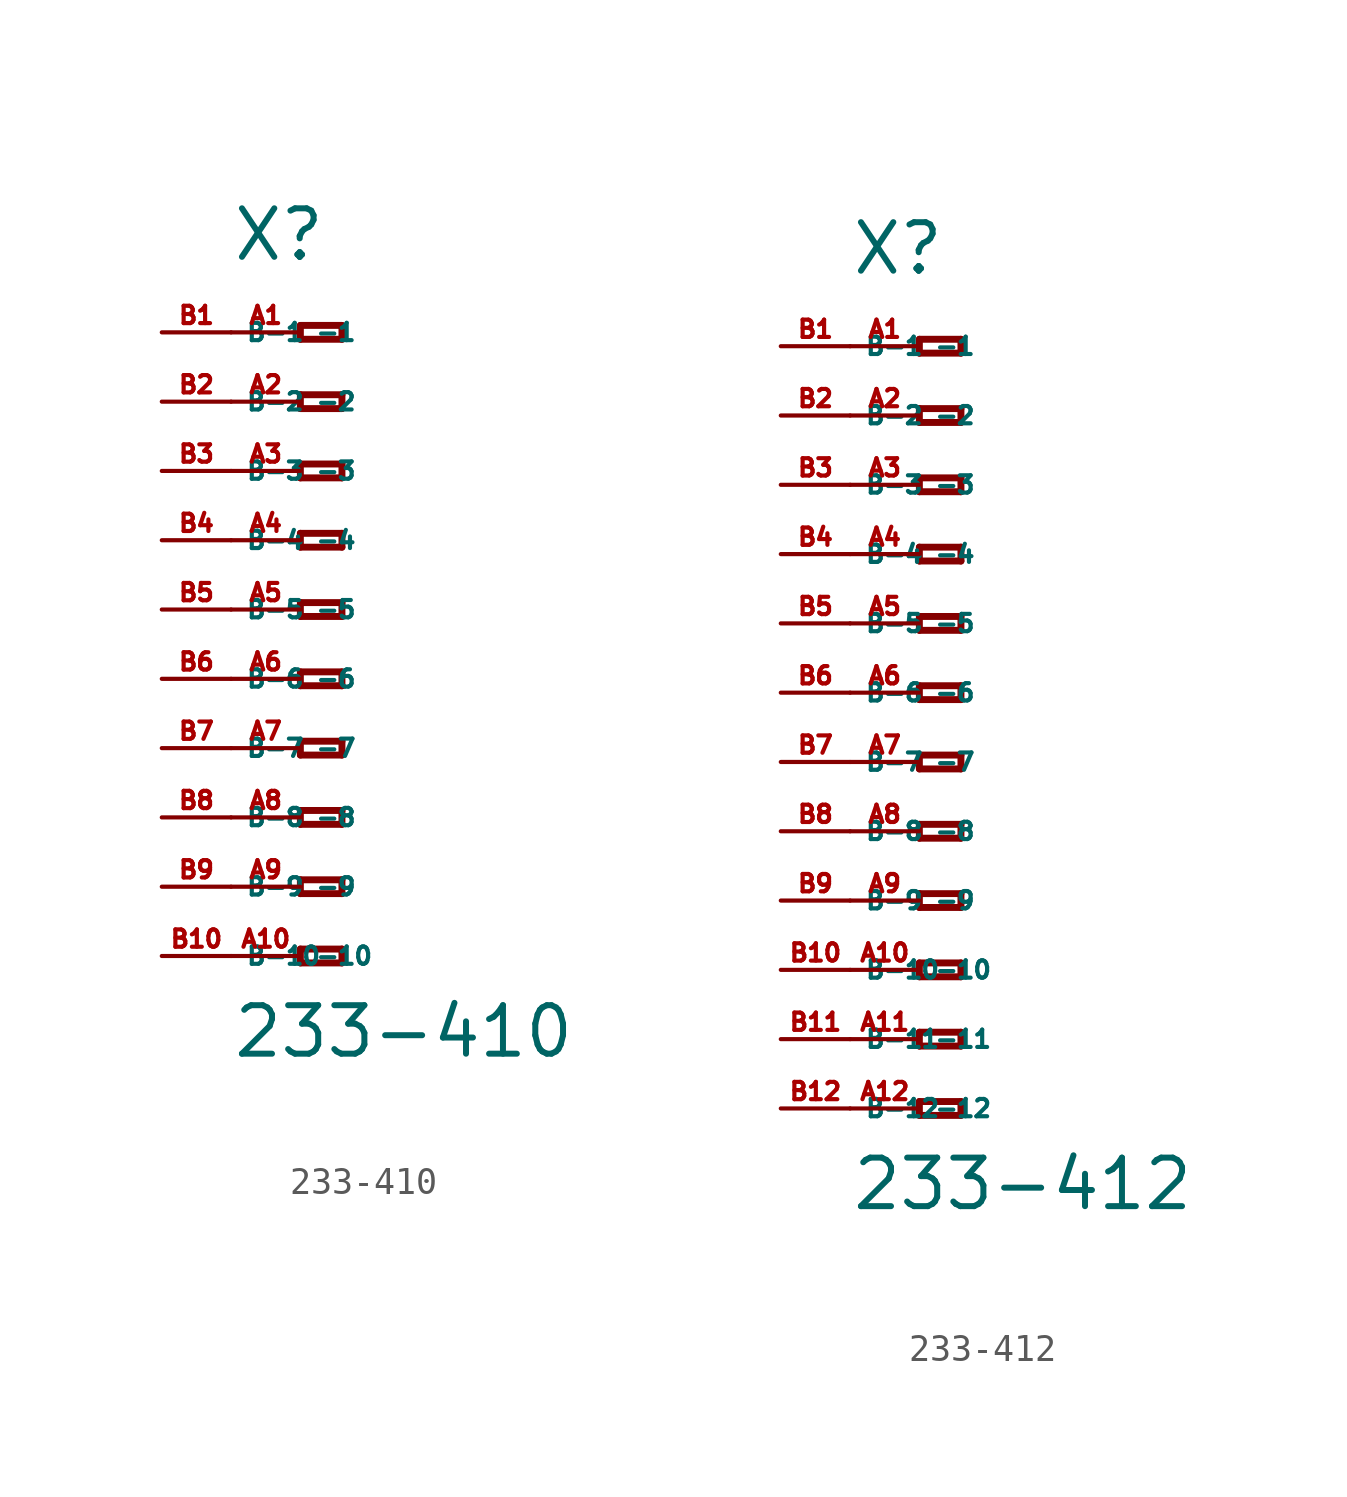
<source format=kicad_sym>
(kicad_symbol_lib
  (version 20220914)
  (generator Eagle2Kicad)
  (symbol "233-410"
    (property "Reference" "X"
      (at -5.08 12.7 0)
      (effects (font (size 1.778 1.778) (thickness 0.22)) (justify left bottom)))
    (property "Value" "233-410"
      (at -5.08 -16.51 0)
      (effects (font (size 1.778 1.778) (thickness 0.22)) (justify left bottom)))
    (polyline
      (pts (xy -2.54 10.414) (xy -2.54 9.906))
      (stroke (width 0.254) (type default))
      (fill (type none)))
    (polyline
      (pts (xy -2.54 9.906) (xy -1.016 9.906))
      (stroke (width 0.254) (type default))
      (fill (type none)))
    (polyline
      (pts (xy -1.016 9.906) (xy -1.016 10.414))
      (stroke (width 0.254) (type default))
      (fill (type none)))
    (polyline
      (pts (xy -1.016 10.414) (xy -2.54 10.414))
      (stroke (width 0.254) (type default))
      (fill (type none)))
    (polyline
      (pts (xy -2.54 7.874) (xy -2.54 7.366))
      (stroke (width 0.254) (type default))
      (fill (type none)))
    (polyline
      (pts (xy -2.54 7.366) (xy -1.016 7.366))
      (stroke (width 0.254) (type default))
      (fill (type none)))
    (polyline
      (pts (xy -1.016 7.366) (xy -1.016 7.874))
      (stroke (width 0.254) (type default))
      (fill (type none)))
    (polyline
      (pts (xy -1.016 7.874) (xy -2.54 7.874))
      (stroke (width 0.254) (type default))
      (fill (type none)))
    (polyline
      (pts (xy -2.54 5.334) (xy -2.54 4.826))
      (stroke (width 0.254) (type default))
      (fill (type none)))
    (polyline
      (pts (xy -2.54 4.826) (xy -1.016 4.826))
      (stroke (width 0.254) (type default))
      (fill (type none)))
    (polyline
      (pts (xy -1.016 4.826) (xy -1.016 5.334))
      (stroke (width 0.254) (type default))
      (fill (type none)))
    (polyline
      (pts (xy -1.016 5.334) (xy -2.54 5.334))
      (stroke (width 0.254) (type default))
      (fill (type none)))
    (polyline
      (pts (xy -2.54 2.794) (xy -2.54 2.286))
      (stroke (width 0.254) (type default))
      (fill (type none)))
    (polyline
      (pts (xy -2.54 2.286) (xy -1.016 2.286))
      (stroke (width 0.254) (type default))
      (fill (type none)))
    (polyline
      (pts (xy -1.016 2.286) (xy -1.016 2.794))
      (stroke (width 0.254) (type default))
      (fill (type none)))
    (polyline
      (pts (xy -1.016 2.794) (xy -2.54 2.794))
      (stroke (width 0.254) (type default))
      (fill (type none)))
    (polyline
      (pts (xy -2.54 0.254) (xy -2.54 -0.254))
      (stroke (width 0.254) (type default))
      (fill (type none)))
    (polyline
      (pts (xy -2.54 -0.254) (xy -1.016 -0.254))
      (stroke (width 0.254) (type default))
      (fill (type none)))
    (polyline
      (pts (xy -1.016 -0.254) (xy -1.016 0.254))
      (stroke (width 0.254) (type default))
      (fill (type none)))
    (polyline
      (pts (xy -1.016 0.254) (xy -2.54 0.254))
      (stroke (width 0.254) (type default))
      (fill (type none)))
    (polyline
      (pts (xy -2.54 -2.286) (xy -2.54 -2.794))
      (stroke (width 0.254) (type default))
      (fill (type none)))
    (polyline
      (pts (xy -2.54 -2.794) (xy -1.016 -2.794))
      (stroke (width 0.254) (type default))
      (fill (type none)))
    (polyline
      (pts (xy -1.016 -2.794) (xy -1.016 -2.286))
      (stroke (width 0.254) (type default))
      (fill (type none)))
    (polyline
      (pts (xy -1.016 -2.286) (xy -2.54 -2.286))
      (stroke (width 0.254) (type default))
      (fill (type none)))
    (polyline
      (pts (xy -2.54 -4.826) (xy -2.54 -5.334))
      (stroke (width 0.254) (type default))
      (fill (type none)))
    (polyline
      (pts (xy -2.54 -5.334) (xy -1.016 -5.334))
      (stroke (width 0.254) (type default))
      (fill (type none)))
    (polyline
      (pts (xy -1.016 -5.334) (xy -1.016 -4.826))
      (stroke (width 0.254) (type default))
      (fill (type none)))
    (polyline
      (pts (xy -1.016 -4.826) (xy -2.54 -4.826))
      (stroke (width 0.254) (type default))
      (fill (type none)))
    (polyline
      (pts (xy -2.54 -7.366) (xy -2.54 -7.874))
      (stroke (width 0.254) (type default))
      (fill (type none)))
    (polyline
      (pts (xy -2.54 -7.874) (xy -1.016 -7.874))
      (stroke (width 0.254) (type default))
      (fill (type none)))
    (polyline
      (pts (xy -1.016 -7.874) (xy -1.016 -7.366))
      (stroke (width 0.254) (type default))
      (fill (type none)))
    (polyline
      (pts (xy -1.016 -7.366) (xy -2.54 -7.366))
      (stroke (width 0.254) (type default))
      (fill (type none)))
    (polyline
      (pts (xy -2.54 -9.906) (xy -2.54 -10.414))
      (stroke (width 0.254) (type default))
      (fill (type none)))
    (polyline
      (pts (xy -2.54 -10.414) (xy -1.016 -10.414))
      (stroke (width 0.254) (type default))
      (fill (type none)))
    (polyline
      (pts (xy -1.016 -10.414) (xy -1.016 -9.906))
      (stroke (width 0.254) (type default))
      (fill (type none)))
    (polyline
      (pts (xy -1.016 -9.906) (xy -2.54 -9.906))
      (stroke (width 0.254) (type default))
      (fill (type none)))
    (polyline
      (pts (xy -2.54 -12.446) (xy -2.54 -12.954))
      (stroke (width 0.254) (type default))
      (fill (type none)))
    (polyline
      (pts (xy -2.54 -12.954) (xy -1.016 -12.954))
      (stroke (width 0.254) (type default))
      (fill (type none)))
    (polyline
      (pts (xy -1.016 -12.954) (xy -1.016 -12.446))
      (stroke (width 0.254) (type default))
      (fill (type none)))
    (polyline
      (pts (xy -1.016 -12.446) (xy -2.54 -12.446))
      (stroke (width 0.254) (type default))
      (fill (type none)))
    (pin passive line
      (at -5.08 10.16 0)
      (length 2.54)
      (name "-1" (effects (font (size 0.635 0.635) (thickness 0.08)) (justify left bottom)))
      (number "A1" (effects (font (size 0.635 0.635) (thickness 0.08)) (justify left bottom))))
    (pin passive line
      (at -5.08 7.62 0)
      (length 2.54)
      (name "-2" (effects (font (size 0.635 0.635) (thickness 0.08)) (justify left bottom)))
      (number "A2" (effects (font (size 0.635 0.635) (thickness 0.08)) (justify left bottom))))
    (pin passive line
      (at -5.08 5.08 0)
      (length 2.54)
      (name "-3" (effects (font (size 0.635 0.635) (thickness 0.08)) (justify left bottom)))
      (number "A3" (effects (font (size 0.635 0.635) (thickness 0.08)) (justify left bottom))))
    (pin passive line
      (at -5.08 2.54 0)
      (length 2.54)
      (name "-4" (effects (font (size 0.635 0.635) (thickness 0.08)) (justify left bottom)))
      (number "A4" (effects (font (size 0.635 0.635) (thickness 0.08)) (justify left bottom))))
    (pin passive line
      (at -5.08 0 0)
      (length 2.54)
      (name "-5" (effects (font (size 0.635 0.635) (thickness 0.08)) (justify left bottom)))
      (number "A5" (effects (font (size 0.635 0.635) (thickness 0.08)) (justify left bottom))))
    (pin passive line
      (at -5.08 -2.54 0)
      (length 2.54)
      (name "-6" (effects (font (size 0.635 0.635) (thickness 0.08)) (justify left bottom)))
      (number "A6" (effects (font (size 0.635 0.635) (thickness 0.08)) (justify left bottom))))
    (pin passive line
      (at -5.08 -5.08 0)
      (length 2.54)
      (name "-7" (effects (font (size 0.635 0.635) (thickness 0.08)) (justify left bottom)))
      (number "A7" (effects (font (size 0.635 0.635) (thickness 0.08)) (justify left bottom))))
    (pin passive line
      (at -5.08 -7.62 0)
      (length 2.54)
      (name "-8" (effects (font (size 0.635 0.635) (thickness 0.08)) (justify left bottom)))
      (number "A8" (effects (font (size 0.635 0.635) (thickness 0.08)) (justify left bottom))))
    (pin passive line
      (at -5.08 -10.16 0)
      (length 2.54)
      (name "-9" (effects (font (size 0.635 0.635) (thickness 0.08)) (justify left bottom)))
      (number "A9" (effects (font (size 0.635 0.635) (thickness 0.08)) (justify left bottom))))
    (pin passive line
      (at -5.08 -12.7 0)
      (length 2.54)
      (name "-10" (effects (font (size 0.635 0.635) (thickness 0.08)) (justify left bottom)))
      (number "A10" (effects (font (size 0.635 0.635) (thickness 0.08)) (justify left bottom))))
    (pin passive line
      (at -7.62 -12.7 0)
      (length 2.54)
      (name "B-10" (effects (font (size 0.635 0.635) (thickness 0.08)) (justify left bottom)))
      (number "B10" (effects (font (size 0.635 0.635) (thickness 0.08)) (justify left bottom))))
    (pin passive line
      (at -7.62 10.16 0)
      (length 2.54)
      (name "B-1" (effects (font (size 0.635 0.635) (thickness 0.08)) (justify left bottom)))
      (number "B1" (effects (font (size 0.635 0.635) (thickness 0.08)) (justify left bottom))))
    (pin passive line
      (at -7.62 7.62 0)
      (length 2.54)
      (name "B-2" (effects (font (size 0.635 0.635) (thickness 0.08)) (justify left bottom)))
      (number "B2" (effects (font (size 0.635 0.635) (thickness 0.08)) (justify left bottom))))
    (pin passive line
      (at -7.62 5.08 0)
      (length 2.54)
      (name "B-3" (effects (font (size 0.635 0.635) (thickness 0.08)) (justify left bottom)))
      (number "B3" (effects (font (size 0.635 0.635) (thickness 0.08)) (justify left bottom))))
    (pin passive line
      (at -7.62 2.54 0)
      (length 2.54)
      (name "B-4" (effects (font (size 0.635 0.635) (thickness 0.08)) (justify left bottom)))
      (number "B4" (effects (font (size 0.635 0.635) (thickness 0.08)) (justify left bottom))))
    (pin passive line
      (at -7.62 0 0)
      (length 2.54)
      (name "B-5" (effects (font (size 0.635 0.635) (thickness 0.08)) (justify left bottom)))
      (number "B5" (effects (font (size 0.635 0.635) (thickness 0.08)) (justify left bottom))))
    (pin passive line
      (at -7.62 -2.54 0)
      (length 2.54)
      (name "B-6" (effects (font (size 0.635 0.635) (thickness 0.08)) (justify left bottom)))
      (number "B6" (effects (font (size 0.635 0.635) (thickness 0.08)) (justify left bottom))))
    (pin passive line
      (at -7.62 -5.08 0)
      (length 2.54)
      (name "B-7" (effects (font (size 0.635 0.635) (thickness 0.08)) (justify left bottom)))
      (number "B7" (effects (font (size 0.635 0.635) (thickness 0.08)) (justify left bottom))))
    (pin passive line
      (at -7.62 -7.62 0)
      (length 2.54)
      (name "B-8" (effects (font (size 0.635 0.635) (thickness 0.08)) (justify left bottom)))
      (number "B8" (effects (font (size 0.635 0.635) (thickness 0.08)) (justify left bottom))))
    (pin passive line
      (at -7.62 -10.16 0)
      (length 2.54)
      (name "B-9" (effects (font (size 0.635 0.635) (thickness 0.08)) (justify left bottom)))
      (number "B9" (effects (font (size 0.635 0.635) (thickness 0.08)) (justify left bottom)))))
  (symbol "233-412"
    (property "Reference" "X"
      (at -5.08 15.24 0)
      (effects (font (size 1.778 1.778) (thickness 0.22)) (justify left bottom)))
    (property "Value" "233-412"
      (at -5.08 -19.05 0)
      (effects (font (size 1.778 1.778) (thickness 0.22)) (justify left bottom)))
    (polyline
      (pts (xy -2.54 12.954) (xy -2.54 12.446))
      (stroke (width 0.254) (type default))
      (fill (type none)))
    (polyline
      (pts (xy -2.54 12.446) (xy -1.016 12.446))
      (stroke (width 0.254) (type default))
      (fill (type none)))
    (polyline
      (pts (xy -1.016 12.446) (xy -1.016 12.954))
      (stroke (width 0.254) (type default))
      (fill (type none)))
    (polyline
      (pts (xy -1.016 12.954) (xy -2.54 12.954))
      (stroke (width 0.254) (type default))
      (fill (type none)))
    (polyline
      (pts (xy -2.54 10.414) (xy -2.54 9.906))
      (stroke (width 0.254) (type default))
      (fill (type none)))
    (polyline
      (pts (xy -2.54 9.906) (xy -1.016 9.906))
      (stroke (width 0.254) (type default))
      (fill (type none)))
    (polyline
      (pts (xy -1.016 9.906) (xy -1.016 10.414))
      (stroke (width 0.254) (type default))
      (fill (type none)))
    (polyline
      (pts (xy -1.016 10.414) (xy -2.54 10.414))
      (stroke (width 0.254) (type default))
      (fill (type none)))
    (polyline
      (pts (xy -2.54 7.874) (xy -2.54 7.366))
      (stroke (width 0.254) (type default))
      (fill (type none)))
    (polyline
      (pts (xy -2.54 7.366) (xy -1.016 7.366))
      (stroke (width 0.254) (type default))
      (fill (type none)))
    (polyline
      (pts (xy -1.016 7.366) (xy -1.016 7.874))
      (stroke (width 0.254) (type default))
      (fill (type none)))
    (polyline
      (pts (xy -1.016 7.874) (xy -2.54 7.874))
      (stroke (width 0.254) (type default))
      (fill (type none)))
    (polyline
      (pts (xy -2.54 5.334) (xy -2.54 4.826))
      (stroke (width 0.254) (type default))
      (fill (type none)))
    (polyline
      (pts (xy -2.54 4.826) (xy -1.016 4.826))
      (stroke (width 0.254) (type default))
      (fill (type none)))
    (polyline
      (pts (xy -1.016 4.826) (xy -1.016 5.334))
      (stroke (width 0.254) (type default))
      (fill (type none)))
    (polyline
      (pts (xy -1.016 5.334) (xy -2.54 5.334))
      (stroke (width 0.254) (type default))
      (fill (type none)))
    (polyline
      (pts (xy -2.54 2.794) (xy -2.54 2.286))
      (stroke (width 0.254) (type default))
      (fill (type none)))
    (polyline
      (pts (xy -2.54 2.286) (xy -1.016 2.286))
      (stroke (width 0.254) (type default))
      (fill (type none)))
    (polyline
      (pts (xy -1.016 2.286) (xy -1.016 2.794))
      (stroke (width 0.254) (type default))
      (fill (type none)))
    (polyline
      (pts (xy -1.016 2.794) (xy -2.54 2.794))
      (stroke (width 0.254) (type default))
      (fill (type none)))
    (polyline
      (pts (xy -2.54 0.254) (xy -2.54 -0.254))
      (stroke (width 0.254) (type default))
      (fill (type none)))
    (polyline
      (pts (xy -2.54 -0.254) (xy -1.016 -0.254))
      (stroke (width 0.254) (type default))
      (fill (type none)))
    (polyline
      (pts (xy -1.016 -0.254) (xy -1.016 0.254))
      (stroke (width 0.254) (type default))
      (fill (type none)))
    (polyline
      (pts (xy -1.016 0.254) (xy -2.54 0.254))
      (stroke (width 0.254) (type default))
      (fill (type none)))
    (polyline
      (pts (xy -2.54 -2.286) (xy -2.54 -2.794))
      (stroke (width 0.254) (type default))
      (fill (type none)))
    (polyline
      (pts (xy -2.54 -2.794) (xy -1.016 -2.794))
      (stroke (width 0.254) (type default))
      (fill (type none)))
    (polyline
      (pts (xy -1.016 -2.794) (xy -1.016 -2.286))
      (stroke (width 0.254) (type default))
      (fill (type none)))
    (polyline
      (pts (xy -1.016 -2.286) (xy -2.54 -2.286))
      (stroke (width 0.254) (type default))
      (fill (type none)))
    (polyline
      (pts (xy -2.54 -4.826) (xy -2.54 -5.334))
      (stroke (width 0.254) (type default))
      (fill (type none)))
    (polyline
      (pts (xy -2.54 -5.334) (xy -1.016 -5.334))
      (stroke (width 0.254) (type default))
      (fill (type none)))
    (polyline
      (pts (xy -1.016 -5.334) (xy -1.016 -4.826))
      (stroke (width 0.254) (type default))
      (fill (type none)))
    (polyline
      (pts (xy -1.016 -4.826) (xy -2.54 -4.826))
      (stroke (width 0.254) (type default))
      (fill (type none)))
    (polyline
      (pts (xy -2.54 -7.366) (xy -2.54 -7.874))
      (stroke (width 0.254) (type default))
      (fill (type none)))
    (polyline
      (pts (xy -2.54 -7.874) (xy -1.016 -7.874))
      (stroke (width 0.254) (type default))
      (fill (type none)))
    (polyline
      (pts (xy -1.016 -7.874) (xy -1.016 -7.366))
      (stroke (width 0.254) (type default))
      (fill (type none)))
    (polyline
      (pts (xy -1.016 -7.366) (xy -2.54 -7.366))
      (stroke (width 0.254) (type default))
      (fill (type none)))
    (polyline
      (pts (xy -2.54 -9.906) (xy -2.54 -10.414))
      (stroke (width 0.254) (type default))
      (fill (type none)))
    (polyline
      (pts (xy -2.54 -10.414) (xy -1.016 -10.414))
      (stroke (width 0.254) (type default))
      (fill (type none)))
    (polyline
      (pts (xy -1.016 -10.414) (xy -1.016 -9.906))
      (stroke (width 0.254) (type default))
      (fill (type none)))
    (polyline
      (pts (xy -1.016 -9.906) (xy -2.54 -9.906))
      (stroke (width 0.254) (type default))
      (fill (type none)))
    (polyline
      (pts (xy -2.54 -12.446) (xy -2.54 -12.954))
      (stroke (width 0.254) (type default))
      (fill (type none)))
    (polyline
      (pts (xy -2.54 -12.954) (xy -1.016 -12.954))
      (stroke (width 0.254) (type default))
      (fill (type none)))
    (polyline
      (pts (xy -1.016 -12.954) (xy -1.016 -12.446))
      (stroke (width 0.254) (type default))
      (fill (type none)))
    (polyline
      (pts (xy -1.016 -12.446) (xy -2.54 -12.446))
      (stroke (width 0.254) (type default))
      (fill (type none)))
    (polyline
      (pts (xy -2.54 -14.986) (xy -2.54 -15.494))
      (stroke (width 0.254) (type default))
      (fill (type none)))
    (polyline
      (pts (xy -2.54 -15.494) (xy -1.016 -15.494))
      (stroke (width 0.254) (type default))
      (fill (type none)))
    (polyline
      (pts (xy -1.016 -15.494) (xy -1.016 -14.986))
      (stroke (width 0.254) (type default))
      (fill (type none)))
    (polyline
      (pts (xy -1.016 -14.986) (xy -2.54 -14.986))
      (stroke (width 0.254) (type default))
      (fill (type none)))
    (pin passive line
      (at -5.08 12.7 0)
      (length 2.54)
      (name "-1" (effects (font (size 0.635 0.635) (thickness 0.08)) (justify left bottom)))
      (number "A1" (effects (font (size 0.635 0.635) (thickness 0.08)) (justify left bottom))))
    (pin passive line
      (at -5.08 10.16 0)
      (length 2.54)
      (name "-2" (effects (font (size 0.635 0.635) (thickness 0.08)) (justify left bottom)))
      (number "A2" (effects (font (size 0.635 0.635) (thickness 0.08)) (justify left bottom))))
    (pin passive line
      (at -5.08 7.62 0)
      (length 2.54)
      (name "-3" (effects (font (size 0.635 0.635) (thickness 0.08)) (justify left bottom)))
      (number "A3" (effects (font (size 0.635 0.635) (thickness 0.08)) (justify left bottom))))
    (pin passive line
      (at -5.08 5.08 0)
      (length 2.54)
      (name "-4" (effects (font (size 0.635 0.635) (thickness 0.08)) (justify left bottom)))
      (number "A4" (effects (font (size 0.635 0.635) (thickness 0.08)) (justify left bottom))))
    (pin passive line
      (at -5.08 2.54 0)
      (length 2.54)
      (name "-5" (effects (font (size 0.635 0.635) (thickness 0.08)) (justify left bottom)))
      (number "A5" (effects (font (size 0.635 0.635) (thickness 0.08)) (justify left bottom))))
    (pin passive line
      (at -5.08 0 0)
      (length 2.54)
      (name "-6" (effects (font (size 0.635 0.635) (thickness 0.08)) (justify left bottom)))
      (number "A6" (effects (font (size 0.635 0.635) (thickness 0.08)) (justify left bottom))))
    (pin passive line
      (at -5.08 -2.54 0)
      (length 2.54)
      (name "-7" (effects (font (size 0.635 0.635) (thickness 0.08)) (justify left bottom)))
      (number "A7" (effects (font (size 0.635 0.635) (thickness 0.08)) (justify left bottom))))
    (pin passive line
      (at -5.08 -5.08 0)
      (length 2.54)
      (name "-8" (effects (font (size 0.635 0.635) (thickness 0.08)) (justify left bottom)))
      (number "A8" (effects (font (size 0.635 0.635) (thickness 0.08)) (justify left bottom))))
    (pin passive line
      (at -5.08 -7.62 0)
      (length 2.54)
      (name "-9" (effects (font (size 0.635 0.635) (thickness 0.08)) (justify left bottom)))
      (number "A9" (effects (font (size 0.635 0.635) (thickness 0.08)) (justify left bottom))))
    (pin passive line
      (at -5.08 -10.16 0)
      (length 2.54)
      (name "-10" (effects (font (size 0.635 0.635) (thickness 0.08)) (justify left bottom)))
      (number "A10" (effects (font (size 0.635 0.635) (thickness 0.08)) (justify left bottom))))
    (pin passive line
      (at -5.08 -12.7 0)
      (length 2.54)
      (name "-11" (effects (font (size 0.635 0.635) (thickness 0.08)) (justify left bottom)))
      (number "A11" (effects (font (size 0.635 0.635) (thickness 0.08)) (justify left bottom))))
    (pin passive line
      (at -5.08 -15.24 0)
      (length 2.54)
      (name "-12" (effects (font (size 0.635 0.635) (thickness 0.08)) (justify left bottom)))
      (number "A12" (effects (font (size 0.635 0.635) (thickness 0.08)) (justify left bottom))))
    (pin passive line
      (at -7.62 -15.24 0)
      (length 2.54)
      (name "B-12" (effects (font (size 0.635 0.635) (thickness 0.08)) (justify left bottom)))
      (number "B12" (effects (font (size 0.635 0.635) (thickness 0.08)) (justify left bottom))))
    (pin passive line
      (at -7.62 12.7 0)
      (length 2.54)
      (name "B-1" (effects (font (size 0.635 0.635) (thickness 0.08)) (justify left bottom)))
      (number "B1" (effects (font (size 0.635 0.635) (thickness 0.08)) (justify left bottom))))
    (pin passive line
      (at -7.62 10.16 0)
      (length 2.54)
      (name "B-2" (effects (font (size 0.635 0.635) (thickness 0.08)) (justify left bottom)))
      (number "B2" (effects (font (size 0.635 0.635) (thickness 0.08)) (justify left bottom))))
    (pin passive line
      (at -7.62 7.62 0)
      (length 2.54)
      (name "B-3" (effects (font (size 0.635 0.635) (thickness 0.08)) (justify left bottom)))
      (number "B3" (effects (font (size 0.635 0.635) (thickness 0.08)) (justify left bottom))))
    (pin passive line
      (at -7.62 5.08 0)
      (length 2.54)
      (name "B-4" (effects (font (size 0.635 0.635) (thickness 0.08)) (justify left bottom)))
      (number "B4" (effects (font (size 0.635 0.635) (thickness 0.08)) (justify left bottom))))
    (pin passive line
      (at -7.62 2.54 0)
      (length 2.54)
      (name "B-5" (effects (font (size 0.635 0.635) (thickness 0.08)) (justify left bottom)))
      (number "B5" (effects (font (size 0.635 0.635) (thickness 0.08)) (justify left bottom))))
    (pin passive line
      (at -7.62 0 0)
      (length 2.54)
      (name "B-6" (effects (font (size 0.635 0.635) (thickness 0.08)) (justify left bottom)))
      (number "B6" (effects (font (size 0.635 0.635) (thickness 0.08)) (justify left bottom))))
    (pin passive line
      (at -7.62 -2.54 0)
      (length 2.54)
      (name "B-7" (effects (font (size 0.635 0.635) (thickness 0.08)) (justify left bottom)))
      (number "B7" (effects (font (size 0.635 0.635) (thickness 0.08)) (justify left bottom))))
    (pin passive line
      (at -7.62 -5.08 0)
      (length 2.54)
      (name "B-8" (effects (font (size 0.635 0.635) (thickness 0.08)) (justify left bottom)))
      (number "B8" (effects (font (size 0.635 0.635) (thickness 0.08)) (justify left bottom))))
    (pin passive line
      (at -7.62 -7.62 0)
      (length 2.54)
      (name "B-9" (effects (font (size 0.635 0.635) (thickness 0.08)) (justify left bottom)))
      (number "B9" (effects (font (size 0.635 0.635) (thickness 0.08)) (justify left bottom))))
    (pin passive line
      (at -7.62 -10.16 0)
      (length 2.54)
      (name "B-10" (effects (font (size 0.635 0.635) (thickness 0.08)) (justify left bottom)))
      (number "B10" (effects (font (size 0.635 0.635) (thickness 0.08)) (justify left bottom))))
    (pin passive line
      (at -7.62 -12.7 0)
      (length 2.54)
      (name "B-11" (effects (font (size 0.635 0.635) (thickness 0.08)) (justify left bottom)))
      (number "B11" (effects (font (size 0.635 0.635) (thickness 0.08)) (justify left bottom))))))
</source>
